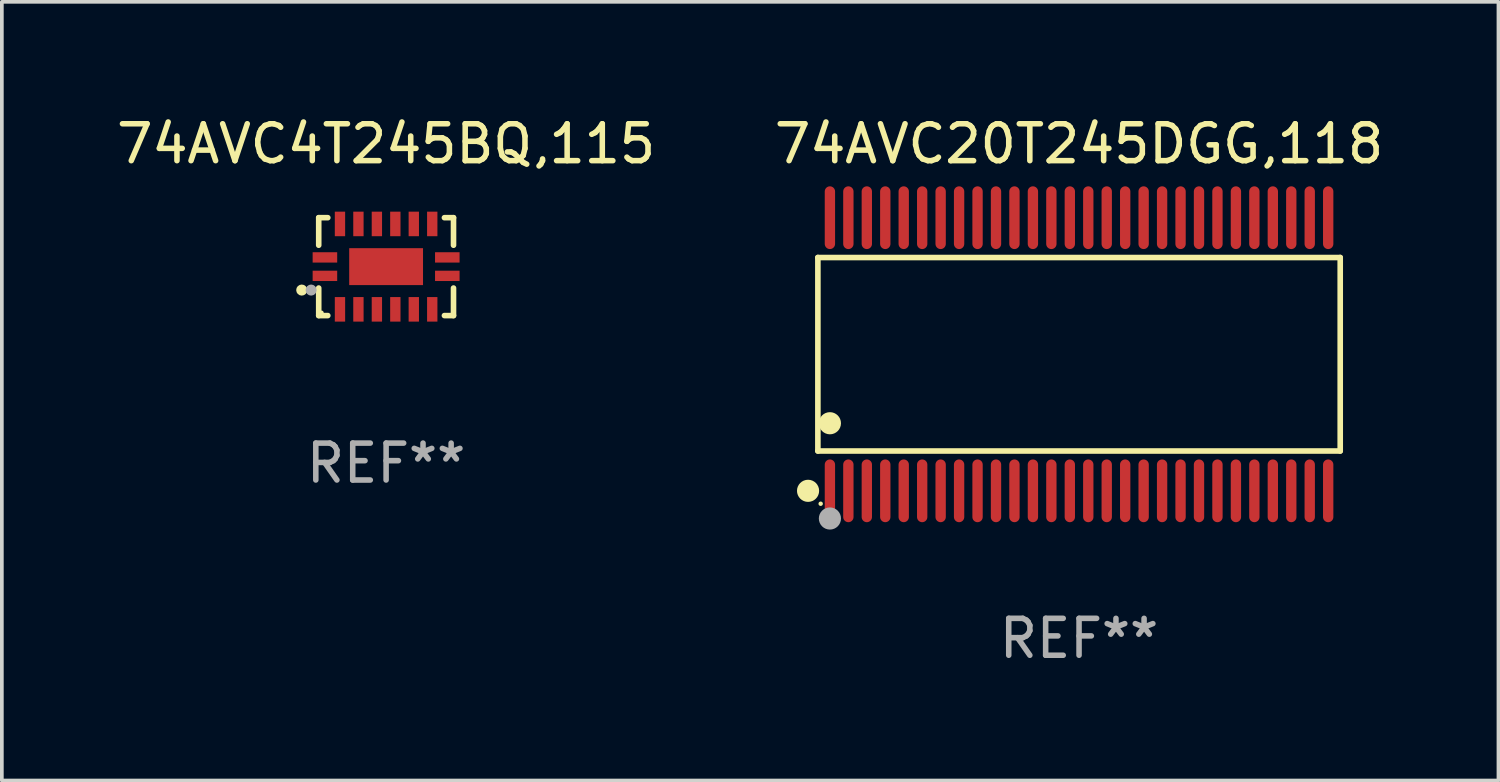
<source format=kicad_pcb>
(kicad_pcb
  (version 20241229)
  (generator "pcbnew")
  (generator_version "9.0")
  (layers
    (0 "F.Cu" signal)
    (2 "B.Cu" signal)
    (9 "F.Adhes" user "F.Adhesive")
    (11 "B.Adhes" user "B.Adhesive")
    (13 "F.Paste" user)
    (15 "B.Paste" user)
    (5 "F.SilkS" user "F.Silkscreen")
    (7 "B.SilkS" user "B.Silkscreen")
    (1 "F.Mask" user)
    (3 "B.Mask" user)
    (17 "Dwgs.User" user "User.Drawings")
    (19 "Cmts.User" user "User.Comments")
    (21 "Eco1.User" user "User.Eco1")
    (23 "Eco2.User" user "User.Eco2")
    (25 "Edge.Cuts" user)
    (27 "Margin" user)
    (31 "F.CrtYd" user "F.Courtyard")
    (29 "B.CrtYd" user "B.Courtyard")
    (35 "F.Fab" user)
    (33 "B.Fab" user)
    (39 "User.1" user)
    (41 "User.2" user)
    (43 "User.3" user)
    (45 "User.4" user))
  (footprint "74AVC4T245BQ,115"
    (layer "F.Cu")
    (at 7.411 4.174)
    (property "Reference" "74AVC4T245BQ,115" (at 0 -3.326 0) (layer "F.SilkS") (effects (font (size 1 1) (thickness 0.15))))
    (attr through_hole)
    (fp_line (start -1.826 -1.326) (end -1.58 -1.326) (stroke (width 0.152) (type solid)) (layer "F.SilkS"))
    (fp_line (start -1.826 -0.58) (end -1.826 -1.326) (stroke (width 0.152) (type solid)) (layer "F.SilkS"))
    (fp_line (start -1.826 0.58) (end -1.826 1.326) (stroke (width 0.152) (type solid)) (layer "F.SilkS"))
    (fp_line (start -1.826 1.326) (end -1.58 1.326) (stroke (width 0.152) (type solid)) (layer "F.SilkS"))
    (fp_line (start 1.826 -1.326) (end 1.58 -1.326) (stroke (width 0.152) (type solid)) (layer "F.SilkS"))
    (fp_line (start 1.826 -0.58) (end 1.826 -1.326) (stroke (width 0.152) (type solid)) (layer "F.SilkS"))
    (fp_line (start 1.826 0.58) (end 1.826 1.326) (stroke (width 0.152) (type solid)) (layer "F.SilkS"))
    (fp_line (start 1.826 1.326) (end 1.58 1.326) (stroke (width 0.152) (type solid)) (layer "F.SilkS"))
    (fp_circle (center -2.286 0.635) (end -2.211 0.635) (stroke (width 0.15) (type solid)) (fill no) (layer "F.SilkS"))
    (fp_circle (center -1.75 1.25) (end -1.72 1.25) (stroke (width 0.06) (type solid)) (fill no) (layer "F.SilkS"))
    (fp_circle (center -2.032 0.635) (end -1.957 0.635) (stroke (width 0.15) (type solid)) (fill no) (layer "F.Fab"))
    (fp_text user "REF**" (at 0 5.326 0) (layer "F.Fab") (effects (font (size 1 1) (thickness 0.15))))
    (pad "1" smd rect (at -1.658 0.25) (size 0.665 0.28) (layers "F.Cu" "F.Mask" "F.Paste"))
    (pad "2" smd rect (at -1.25 1.157) (size 0.28 0.665) (layers "F.Cu" "F.Mask" "F.Paste"))
    (pad "3" smd rect (at -0.75 1.157) (size 0.28 0.665) (layers "F.Cu" "F.Mask" "F.Paste"))
    (pad "4" smd rect (at -0.25 1.157) (size 0.28 0.665) (layers "F.Cu" "F.Mask" "F.Paste"))
    (pad "5" smd rect (at 0.25 1.157) (size 0.28 0.665) (layers "F.Cu" "F.Mask" "F.Paste"))
    (pad "6" smd rect (at 0.75 1.157) (size 0.28 0.665) (layers "F.Cu" "F.Mask" "F.Paste"))
    (pad "7" smd rect (at 1.25 1.157) (size 0.28 0.665) (layers "F.Cu" "F.Mask" "F.Paste"))
    (pad "8" smd rect (at 1.658 0.25) (size 0.665 0.28) (layers "F.Cu" "F.Mask" "F.Paste"))
    (pad "9" smd rect (at 1.658 -0.25) (size 0.665 0.28) (layers "F.Cu" "F.Mask" "F.Paste"))
    (pad "10" smd rect (at 1.25 -1.157) (size 0.28 0.665) (layers "F.Cu" "F.Mask" "F.Paste"))
    (pad "11" smd rect (at 0.75 -1.157) (size 0.28 0.665) (layers "F.Cu" "F.Mask" "F.Paste"))
    (pad "12" smd rect (at 0.25 -1.157) (size 0.28 0.665) (layers "F.Cu" "F.Mask" "F.Paste"))
    (pad "13" smd rect (at -0.25 -1.157) (size 0.28 0.665) (layers "F.Cu" "F.Mask" "F.Paste"))
    (pad "14" smd rect (at -0.75 -1.157) (size 0.28 0.665) (layers "F.Cu" "F.Mask" "F.Paste"))
    (pad "15" smd rect (at -1.25 -1.157) (size 0.28 0.665) (layers "F.Cu" "F.Mask" "F.Paste"))
    (pad "16" smd rect (at -1.658 -0.25) (size 0.665 0.28) (layers "F.Cu" "F.Mask" "F.Paste"))
    (pad "17" smd rect (at 0 0) (size 2 1) (layers "F.Cu" "F.Mask" "F.Paste")))
  (footprint "74AVC20T245DGG,118"
    (layer "F.Cu")
    (at 26.185 6.548)
    (property "Reference" "74AVC20T245DGG,118" (at 0 -5.7 0) (layer "F.SilkS") (effects (font (size 1 1) (thickness 0.15))))
    (attr through_hole)
    (fp_line (start -7.076 -2.621) (end 7.076 -2.621) (stroke (width 0.152) (type solid)) (layer "F.SilkS"))
    (fp_line (start -7.076 2.621) (end -7.076 -2.621) (stroke (width 0.152) (type solid)) (layer "F.SilkS"))
    (fp_line (start 7.076 -2.621) (end 7.076 2.621) (stroke (width 0.152) (type solid)) (layer "F.SilkS"))
    (fp_line (start 7.076 2.621) (end -7.076 2.621) (stroke (width 0.152) (type solid)) (layer "F.SilkS"))
    (fp_circle (center -7.342 3.7) (end -7.192 3.7) (stroke (width 0.3) (type solid)) (fill no) (layer "F.SilkS"))
    (fp_circle (center -7 4.05) (end -6.97 4.05) (stroke (width 0.06) (type solid)) (fill no) (layer "F.SilkS"))
    (fp_circle (center -6.75 1.869) (end -6.6 1.869) (stroke (width 0.3) (type solid)) (fill no) (layer "F.SilkS"))
    (fp_circle (center -6.75 4.45) (end -6.6 4.45) (stroke (width 0.3) (type solid)) (fill no) (layer "F.Fab"))
    (fp_text user "REF**" (at 0 7.7 0) (layer "F.Fab") (effects (font (size 1 1) (thickness 0.15))))
    (pad "1" smd oval (at -6.75 3.7) (size 0.28 1.7) (layers "F.Cu" "F.Mask" "F.Paste"))
    (pad "2" smd oval (at -6.25 3.7) (size 0.28 1.7) (layers "F.Cu" "F.Mask" "F.Paste"))
    (pad "3" smd oval (at -5.75 3.7) (size 0.28 1.7) (layers "F.Cu" "F.Mask" "F.Paste"))
    (pad "4" smd oval (at -5.25 3.7) (size 0.28 1.7) (layers "F.Cu" "F.Mask" "F.Paste"))
    (pad "5" smd oval (at -4.75 3.7) (size 0.28 1.7) (layers "F.Cu" "F.Mask" "F.Paste"))
    (pad "6" smd oval (at -4.25 3.7) (size 0.28 1.7) (layers "F.Cu" "F.Mask" "F.Paste"))
    (pad "7" smd oval (at -3.75 3.7) (size 0.28 1.7) (layers "F.Cu" "F.Mask" "F.Paste"))
    (pad "8" smd oval (at -3.25 3.7) (size 0.28 1.7) (layers "F.Cu" "F.Mask" "F.Paste"))
    (pad "9" smd oval (at -2.75 3.7) (size 0.28 1.7) (layers "F.Cu" "F.Mask" "F.Paste"))
    (pad "10" smd oval (at -2.25 3.7) (size 0.28 1.7) (layers "F.Cu" "F.Mask" "F.Paste"))
    (pad "11" smd oval (at -1.75 3.7) (size 0.28 1.7) (layers "F.Cu" "F.Mask" "F.Paste"))
    (pad "12" smd oval (at -1.25 3.7) (size 0.28 1.7) (layers "F.Cu" "F.Mask" "F.Paste"))
    (pad "13" smd oval (at -0.75 3.7) (size 0.28 1.7) (layers "F.Cu" "F.Mask" "F.Paste"))
    (pad "14" smd oval (at -0.25 3.7) (size 0.28 1.7) (layers "F.Cu" "F.Mask" "F.Paste"))
    (pad "15" smd oval (at 0.25 3.7) (size 0.28 1.7) (layers "F.Cu" "F.Mask" "F.Paste"))
    (pad "16" smd oval (at 0.75 3.7) (size 0.28 1.7) (layers "F.Cu" "F.Mask" "F.Paste"))
    (pad "17" smd oval (at 1.25 3.7) (size 0.28 1.7) (layers "F.Cu" "F.Mask" "F.Paste"))
    (pad "18" smd oval (at 1.75 3.7) (size 0.28 1.7) (layers "F.Cu" "F.Mask" "F.Paste"))
    (pad "19" smd oval (at 2.25 3.7) (size 0.28 1.7) (layers "F.Cu" "F.Mask" "F.Paste"))
    (pad "20" smd oval (at 2.75 3.7) (size 0.28 1.7) (layers "F.Cu" "F.Mask" "F.Paste"))
    (pad "21" smd oval (at 3.25 3.7) (size 0.28 1.7) (layers "F.Cu" "F.Mask" "F.Paste"))
    (pad "22" smd oval (at 3.75 3.7) (size 0.28 1.7) (layers "F.Cu" "F.Mask" "F.Paste"))
    (pad "23" smd oval (at 4.25 3.7) (size 0.28 1.7) (layers "F.Cu" "F.Mask" "F.Paste"))
    (pad "24" smd oval (at 4.75 3.7) (size 0.28 1.7) (layers "F.Cu" "F.Mask" "F.Paste"))
    (pad "25" smd oval (at 5.25 3.7) (size 0.28 1.7) (layers "F.Cu" "F.Mask" "F.Paste"))
    (pad "26" smd oval (at 5.75 3.7) (size 0.28 1.7) (layers "F.Cu" "F.Mask" "F.Paste"))
    (pad "27" smd oval (at 6.25 3.7) (size 0.28 1.7) (layers "F.Cu" "F.Mask" "F.Paste"))
    (pad "28" smd oval (at 6.75 3.7) (size 0.28 1.7) (layers "F.Cu" "F.Mask" "F.Paste"))
    (pad "29" smd oval (at 6.75 -3.7) (size 0.28 1.7) (layers "F.Cu" "F.Mask" "F.Paste"))
    (pad "30" smd oval (at 6.25 -3.7) (size 0.28 1.7) (layers "F.Cu" "F.Mask" "F.Paste"))
    (pad "31" smd oval (at 5.75 -3.7) (size 0.28 1.7) (layers "F.Cu" "F.Mask" "F.Paste"))
    (pad "32" smd oval (at 5.25 -3.7) (size 0.28 1.7) (layers "F.Cu" "F.Mask" "F.Paste"))
    (pad "33" smd oval (at 4.75 -3.7) (size 0.28 1.7) (layers "F.Cu" "F.Mask" "F.Paste"))
    (pad "34" smd oval (at 4.25 -3.7) (size 0.28 1.7) (layers "F.Cu" "F.Mask" "F.Paste"))
    (pad "35" smd oval (at 3.75 -3.7) (size 0.28 1.7) (layers "F.Cu" "F.Mask" "F.Paste"))
    (pad "36" smd oval (at 3.25 -3.7) (size 0.28 1.7) (layers "F.Cu" "F.Mask" "F.Paste"))
    (pad "37" smd oval (at 2.75 -3.7) (size 0.28 1.7) (layers "F.Cu" "F.Mask" "F.Paste"))
    (pad "38" smd oval (at 2.25 -3.7) (size 0.28 1.7) (layers "F.Cu" "F.Mask" "F.Paste"))
    (pad "39" smd oval (at 1.75 -3.7) (size 0.28 1.7) (layers "F.Cu" "F.Mask" "F.Paste"))
    (pad "40" smd oval (at 1.25 -3.7) (size 0.28 1.7) (layers "F.Cu" "F.Mask" "F.Paste"))
    (pad "41" smd oval (at 0.75 -3.7) (size 0.28 1.7) (layers "F.Cu" "F.Mask" "F.Paste"))
    (pad "42" smd oval (at 0.25 -3.7) (size 0.28 1.7) (layers "F.Cu" "F.Mask" "F.Paste"))
    (pad "43" smd oval (at -0.25 -3.7) (size 0.28 1.7) (layers "F.Cu" "F.Mask" "F.Paste"))
    (pad "44" smd oval (at -0.75 -3.7) (size 0.28 1.7) (layers "F.Cu" "F.Mask" "F.Paste"))
    (pad "45" smd oval (at -1.25 -3.7) (size 0.28 1.7) (layers "F.Cu" "F.Mask" "F.Paste"))
    (pad "46" smd oval (at -1.75 -3.7) (size 0.28 1.7) (layers "F.Cu" "F.Mask" "F.Paste"))
    (pad "47" smd oval (at -2.25 -3.7) (size 0.28 1.7) (layers "F.Cu" "F.Mask" "F.Paste"))
    (pad "48" smd oval (at -2.75 -3.7) (size 0.28 1.7) (layers "F.Cu" "F.Mask" "F.Paste"))
    (pad "49" smd oval (at -3.25 -3.7) (size 0.28 1.7) (layers "F.Cu" "F.Mask" "F.Paste"))
    (pad "50" smd oval (at -3.75 -3.7) (size 0.28 1.7) (layers "F.Cu" "F.Mask" "F.Paste"))
    (pad "51" smd oval (at -4.25 -3.7) (size 0.28 1.7) (layers "F.Cu" "F.Mask" "F.Paste"))
    (pad "52" smd oval (at -4.75 -3.7) (size 0.28 1.7) (layers "F.Cu" "F.Mask" "F.Paste"))
    (pad "53" smd oval (at -5.25 -3.7) (size 0.28 1.7) (layers "F.Cu" "F.Mask" "F.Paste"))
    (pad "54" smd oval (at -5.75 -3.7) (size 0.28 1.7) (layers "F.Cu" "F.Mask" "F.Paste"))
    (pad "55" smd oval (at -6.25 -3.7) (size 0.28 1.7) (layers "F.Cu" "F.Mask" "F.Paste"))
    (pad "56" smd oval (at -6.75 -3.7) (size 0.28 1.7) (layers "F.Cu" "F.Mask" "F.Paste")))
  (gr_rect
    (start -3 -3)
    (end 37.548 18.097)
    (stroke (width 0.1) (type default))
    (fill no)
    (layer "Edge.Cuts")))
</source>
